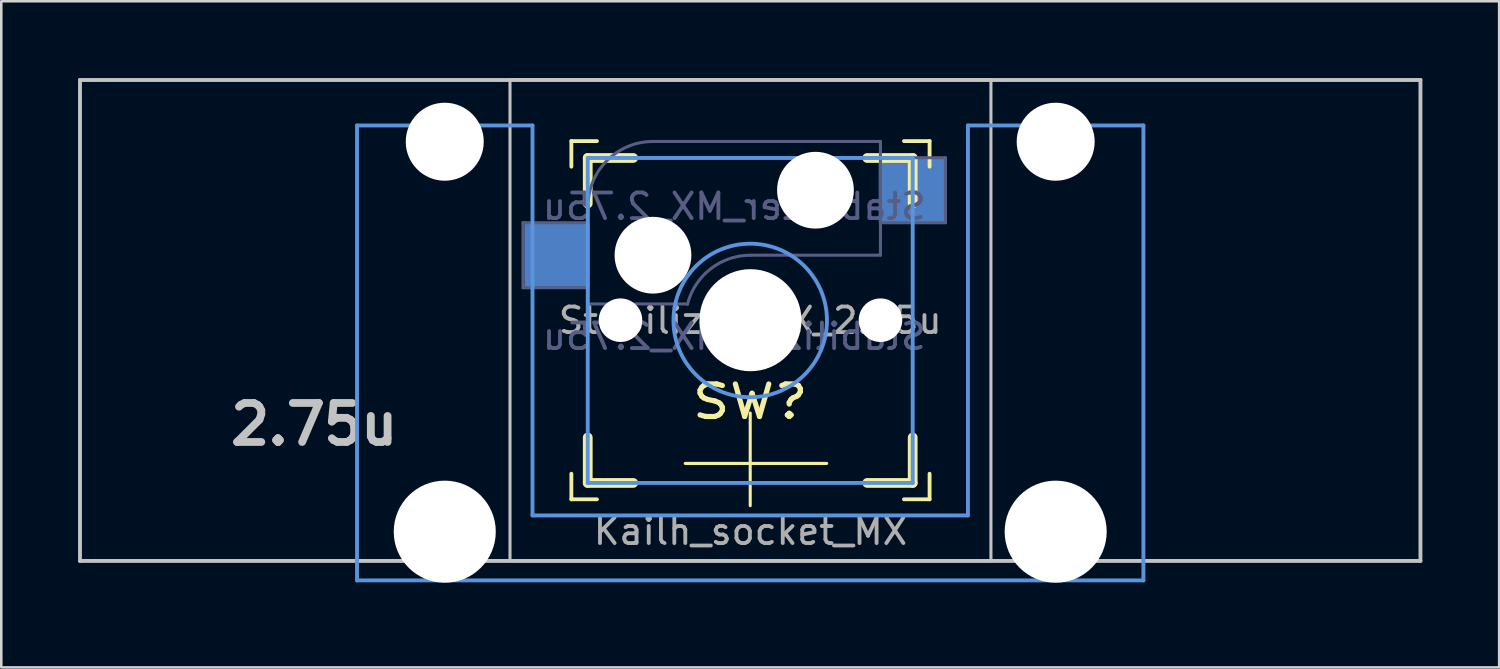
<source format=kicad_pcb>
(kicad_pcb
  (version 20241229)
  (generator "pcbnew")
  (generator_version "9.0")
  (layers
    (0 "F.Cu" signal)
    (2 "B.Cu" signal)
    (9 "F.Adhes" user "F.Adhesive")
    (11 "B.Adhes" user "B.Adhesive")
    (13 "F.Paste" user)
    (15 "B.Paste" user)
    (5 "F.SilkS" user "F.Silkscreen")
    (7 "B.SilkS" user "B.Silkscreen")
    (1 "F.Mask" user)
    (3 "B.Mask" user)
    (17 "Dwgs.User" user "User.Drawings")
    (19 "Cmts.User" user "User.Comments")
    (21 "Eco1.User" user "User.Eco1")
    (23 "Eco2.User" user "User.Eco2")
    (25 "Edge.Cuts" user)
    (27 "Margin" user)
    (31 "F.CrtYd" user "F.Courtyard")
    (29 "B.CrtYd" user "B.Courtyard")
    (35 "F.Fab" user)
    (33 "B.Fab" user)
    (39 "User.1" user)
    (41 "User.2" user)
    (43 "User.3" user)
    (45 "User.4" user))
  (footprint "Stabilizer_MX_2.75u"
    (layer "F.Cu")
    (at 26.27 9.474)
    (property "Reference" "Stabilizer_MX_2.75u" (at 0 0 0) (layer "F.Fab") (effects (font (size 1 1) (thickness 0.15))))
    (property "Value" "Stabilizer_MX_2.75u" (at 0 10.16 0) (layer "F.Fab") (hide yes) (effects (font (size 1 1) (thickness 0.15))))
    (attr through_hole)
    (fp_line (start -6.99 -6.01) (end -6.99 -7.01) (stroke (width 0.15) (type solid)) (layer "F.SilkS"))
    (fp_line (start -6.99 6.99) (end -6.99 5.99) (stroke (width 0.15) (type solid)) (layer "F.SilkS"))
    (fp_line (start -6.99 6.99) (end -5.99 6.99) (stroke (width 0.15) (type solid)) (layer "F.SilkS"))
    (fp_line (start -6.35 -6.35) (end -4.572 -6.35) (stroke (width 0.381) (type solid)) (layer "F.SilkS"))
    (fp_line (start -6.35 -4.572) (end -6.35 -6.35) (stroke (width 0.381) (type solid)) (layer "F.SilkS"))
    (fp_line (start -6.35 6.35) (end -6.35 4.572) (stroke (width 0.381) (type solid)) (layer "F.SilkS"))
    (fp_line (start -5.99 -7.01) (end -6.99 -7.01) (stroke (width 0.15) (type solid)) (layer "F.SilkS"))
    (fp_line (start -4.572 6.35) (end -6.35 6.35) (stroke (width 0.381) (type solid)) (layer "F.SilkS"))
    (fp_line (start -2.54 5.588) (end 2.99 5.588) (stroke (width 0.12) (type solid)) (layer "F.SilkS"))
    (fp_line (start 0 7.239) (end 0 3.617) (stroke (width 0.12) (type solid)) (layer "F.SilkS"))
    (fp_line (start 4.572 -6.35) (end 6.35 -6.35) (stroke (width 0.381) (type solid)) (layer "F.SilkS"))
    (fp_line (start 6.01 6.99) (end 7.01 6.99) (stroke (width 0.15) (type solid)) (layer "F.SilkS"))
    (fp_line (start 6.35 -6.35) (end 6.35 -4.572) (stroke (width 0.381) (type solid)) (layer "F.SilkS"))
    (fp_line (start 6.35 4.572) (end 6.35 6.35) (stroke (width 0.381) (type solid)) (layer "F.SilkS"))
    (fp_line (start 6.35 6.35) (end 4.572 6.35) (stroke (width 0.381) (type solid)) (layer "F.SilkS"))
    (fp_line (start 7.01 -7.01) (end 6.01 -7.01) (stroke (width 0.15) (type solid)) (layer "F.SilkS"))
    (fp_line (start 7.01 -7.01) (end 7.01 -6.01) (stroke (width 0.15) (type solid)) (layer "F.SilkS"))
    (fp_line (start 7.01 5.99) (end 7.01 6.99) (stroke (width 0.15) (type solid)) (layer "F.SilkS"))
    (fp_line (start -26.194 -9.398) (end 26.194 -9.398) (stroke (width 0.15) (type solid)) (layer "Dwgs.User"))
    (fp_line (start -26.194 9.398) (end -26.194 -9.398) (stroke (width 0.152) (type solid)) (layer "Dwgs.User"))
    (fp_line (start -9.388 -9.408) (end 9.408 -9.408) (stroke (width 0.12) (type solid)) (layer "Dwgs.User"))
    (fp_line (start -9.388 9.388) (end -9.388 -9.408) (stroke (width 0.12) (type solid)) (layer "Dwgs.User"))
    (fp_line (start 9.408 -9.408) (end 9.408 9.388) (stroke (width 0.12) (type solid)) (layer "Dwgs.User"))
    (fp_line (start 9.408 9.388) (end -9.388 9.388) (stroke (width 0.12) (type solid)) (layer "Dwgs.User"))
    (fp_line (start 26.194 -9.398) (end 26.194 9.398) (stroke (width 0.152) (type solid)) (layer "Dwgs.User"))
    (fp_line (start 26.194 9.398) (end -26.194 9.398) (stroke (width 0.15) (type solid)) (layer "Dwgs.User"))
    (fp_line (start -15.367 -7.62) (end -15.367 10.16) (stroke (width 0.152) (type solid)) (layer "Cmts.User"))
    (fp_line (start -15.367 10.16) (end 15.367 10.16) (stroke (width 0.152) (type solid)) (layer "Cmts.User"))
    (fp_line (start -8.509 -7.62) (end -15.367 -7.62) (stroke (width 0.152) (type solid)) (layer "Cmts.User"))
    (fp_line (start -8.509 7.62) (end -8.509 -7.62) (stroke (width 0.152) (type solid)) (layer "Cmts.User"))
    (fp_line (start -6.35 -6.35) (end 6.35 -6.35) (stroke (width 0.152) (type solid)) (layer "Cmts.User"))
    (fp_line (start -6.35 6.35) (end -6.35 -6.35) (stroke (width 0.152) (type solid)) (layer "Cmts.User"))
    (fp_line (start 6.35 -6.35) (end 6.35 6.35) (stroke (width 0.152) (type solid)) (layer "Cmts.User"))
    (fp_line (start 6.35 6.35) (end -6.35 6.35) (stroke (width 0.152) (type solid)) (layer "Cmts.User"))
    (fp_line (start 8.509 -7.62) (end 8.509 7.62) (stroke (width 0.152) (type solid)) (layer "Cmts.User"))
    (fp_line (start 8.509 7.62) (end -8.509 7.62) (stroke (width 0.152) (type solid)) (layer "Cmts.User"))
    (fp_line (start 15.367 -7.62) (end 8.509 -7.62) (stroke (width 0.152) (type solid)) (layer "Cmts.User"))
    (fp_line (start 15.367 10.16) (end 15.367 -7.62) (stroke (width 0.152) (type solid)) (layer "Cmts.User"))
    (fp_circle (center 0 0) (end 3 0) (stroke (width 0.15) (type solid)) (fill no) (layer "Cmts.User"))
    (fp_line (start -16.43 -8.61) (end -16.43 10.5) (stroke (width 0.12) (type solid)) (layer "Eco1.User"))
    (fp_line (start -16.43 -8.61) (end -8.17 -8.61) (stroke (width 0.12) (type solid)) (layer "Eco1.User"))
    (fp_line (start -16.43 10.5) (end -8.17 10.5) (stroke (width 0.12) (type solid)) (layer "Eco1.User"))
    (fp_line (start -8.17 -8.61) (end -8.17 10.5) (stroke (width 0.12) (type solid)) (layer "Eco1.User"))
    (fp_line (start -6.9 -6.9) (end 6.9 -6.9) (stroke (width 0.15) (type solid)) (layer "Eco1.User"))
    (fp_line (start -6.9 6.9) (end -6.9 -6.9) (stroke (width 0.15) (type solid)) (layer "Eco1.User"))
    (fp_line (start 6.9 -6.9) (end 6.9 6.9) (stroke (width 0.15) (type solid)) (layer "Eco1.User"))
    (fp_line (start 6.9 6.9) (end -6.9 6.9) (stroke (width 0.15) (type solid)) (layer "Eco1.User"))
    (fp_line (start 8.22 -8.61) (end 8.22 10.5) (stroke (width 0.12) (type solid)) (layer "Eco1.User"))
    (fp_line (start 8.22 -8.61) (end 16.48 -8.61) (stroke (width 0.12) (type solid)) (layer "Eco1.User"))
    (fp_line (start 8.22 10.5) (end 16.48 10.5) (stroke (width 0.12) (type solid)) (layer "Eco1.User"))
    (fp_line (start 16.48 -8.61) (end 16.48 10.5) (stroke (width 0.12) (type solid)) (layer "Eco1.User"))
    (fp_line (start -16.129 -2.286) (end -15.265 -2.286) (stroke (width 0.152) (type solid)) (layer "Eco2.User"))
    (fp_line (start -16.129 0.508) (end -16.129 -2.286) (stroke (width 0.152) (type solid)) (layer "Eco2.User"))
    (fp_line (start -15.265 -5.69) (end -8.611 -5.69) (stroke (width 0.152) (type solid)) (layer "Eco2.User"))
    (fp_line (start -15.265 -2.286) (end -15.265 -5.69) (stroke (width 0.152) (type solid)) (layer "Eco2.User"))
    (fp_line (start -15.265 0.508) (end -16.129 0.508) (stroke (width 0.152) (type solid)) (layer "Eco2.User"))
    (fp_line (start -15.265 6.604) (end -15.265 0.508) (stroke (width 0.152) (type solid)) (layer "Eco2.User"))
    (fp_line (start -14.224 6.604) (end -15.265 6.604) (stroke (width 0.152) (type solid)) (layer "Eco2.User"))
    (fp_line (start -14.224 7.772) (end -14.224 6.604) (stroke (width 0.152) (type solid)) (layer "Eco2.User"))
    (fp_line (start -9.652 6.604) (end -9.652 7.772) (stroke (width 0.152) (type solid)) (layer "Eco2.User"))
    (fp_line (start -9.652 7.772) (end -14.224 7.772) (stroke (width 0.152) (type solid)) (layer "Eco2.User"))
    (fp_line (start -8.611 -5.69) (end -8.611 -4.877) (stroke (width 0.152) (type solid)) (layer "Eco2.User"))
    (fp_line (start -8.611 -4.877) (end -6.985 -4.877) (stroke (width 0.152) (type solid)) (layer "Eco2.User"))
    (fp_line (start -8.611 5.817) (end -8.611 6.604) (stroke (width 0.152) (type solid)) (layer "Eco2.User"))
    (fp_line (start -8.611 6.604) (end -9.652 6.604) (stroke (width 0.152) (type solid)) (layer "Eco2.User"))
    (fp_line (start -6.985 -6.985) (end 6.985 -6.985) (stroke (width 0.152) (type solid)) (layer "Eco2.User"))
    (fp_line (start -6.985 -4.877) (end -6.985 -6.985) (stroke (width 0.152) (type solid)) (layer "Eco2.User"))
    (fp_line (start -6.985 5.817) (end -8.611 5.817) (stroke (width 0.152) (type solid)) (layer "Eco2.User"))
    (fp_line (start -6.985 6.985) (end -6.985 5.817) (stroke (width 0.152) (type solid)) (layer "Eco2.User"))
    (fp_line (start -6.89 6.89) (end -6.89 -6.91) (stroke (width 0.15) (type solid)) (layer "Eco2.User"))
    (fp_line (start -6.89 6.89) (end 6.91 6.89) (stroke (width 0.15) (type solid)) (layer "Eco2.User"))
    (fp_line (start -2.6 4.039) (end -2.6 7.239) (stroke (width 0.15) (type solid)) (layer "Eco2.User"))
    (fp_line (start -2.6 7.239) (end 2.6 7.239) (stroke (width 0.15) (type solid)) (layer "Eco2.User"))
    (fp_line (start 2.6 4) (end -2.6 4) (stroke (width 0.15) (type solid)) (layer "Eco2.User"))
    (fp_line (start 2.6 4) (end 2.6 7.2) (stroke (width 0.15) (type solid)) (layer "Eco2.User"))
    (fp_line (start 6.91 -6.91) (end -6.89 -6.91) (stroke (width 0.15) (type solid)) (layer "Eco2.User"))
    (fp_line (start 6.91 -6.91) (end 6.91 6.89) (stroke (width 0.15) (type solid)) (layer "Eco2.User"))
    (fp_line (start 6.985 -6.985) (end 6.985 -4.877) (stroke (width 0.152) (type solid)) (layer "Eco2.User"))
    (fp_line (start 6.985 -4.877) (end 8.611 -4.877) (stroke (width 0.152) (type solid)) (layer "Eco2.User"))
    (fp_line (start 6.985 5.817) (end 6.985 6.985) (stroke (width 0.152) (type solid)) (layer "Eco2.User"))
    (fp_line (start 6.985 6.985) (end -6.985 6.985) (stroke (width 0.152) (type solid)) (layer "Eco2.User"))
    (fp_line (start 8.611 -5.69) (end 15.265 -5.69) (stroke (width 0.152) (type solid)) (layer "Eco2.User"))
    (fp_line (start 8.611 -4.877) (end 8.611 -5.69) (stroke (width 0.152) (type solid)) (layer "Eco2.User"))
    (fp_line (start 8.611 5.817) (end 6.985 5.817) (stroke (width 0.152) (type solid)) (layer "Eco2.User"))
    (fp_line (start 8.611 6.604) (end 8.611 5.817) (stroke (width 0.152) (type solid)) (layer "Eco2.User"))
    (fp_line (start 9.652 6.604) (end 8.611 6.604) (stroke (width 0.152) (type solid)) (layer "Eco2.User"))
    (fp_line (start 9.652 7.772) (end 9.652 6.604) (stroke (width 0.152) (type solid)) (layer "Eco2.User"))
    (fp_line (start 14.224 6.604) (end 14.224 7.772) (stroke (width 0.152) (type solid)) (layer "Eco2.User"))
    (fp_line (start 14.224 7.772) (end 9.652 7.772) (stroke (width 0.152) (type solid)) (layer "Eco2.User"))
    (fp_line (start 15.265 -5.69) (end 15.265 -2.286) (stroke (width 0.152) (type solid)) (layer "Eco2.User"))
    (fp_line (start 15.265 -2.286) (end 16.129 -2.286) (stroke (width 0.152) (type solid)) (layer "Eco2.User"))
    (fp_line (start 15.265 0.508) (end 15.265 6.604) (stroke (width 0.152) (type solid)) (layer "Eco2.User"))
    (fp_line (start 15.265 6.604) (end 14.224 6.604) (stroke (width 0.152) (type solid)) (layer "Eco2.User"))
    (fp_line (start 16.129 -2.286) (end 16.129 0.508) (stroke (width 0.152) (type solid)) (layer "Eco2.User"))
    (fp_line (start 16.129 0.508) (end 15.265 0.508) (stroke (width 0.152) (type solid)) (layer "Eco2.User"))
    (fp_line (start -8.88 -3.82) (end -6.34 -3.82) (stroke (width 0.12) (type solid)) (layer "B.Fab"))
    (fp_line (start -8.88 -1.28) (end -8.88 -3.82) (stroke (width 0.12) (type solid)) (layer "B.Fab"))
    (fp_line (start -6.34 -1.28) (end -8.88 -1.28) (stroke (width 0.12) (type solid)) (layer "B.Fab"))
    (fp_line (start -6.34 -0.645) (end -6.34 -4.455) (stroke (width 0.12) (type solid)) (layer "B.Fab"))
    (fp_line (start -6.34 -0.645) (end -2.53 -0.645) (stroke (width 0.12) (type solid)) (layer "B.Fab"))
    (fp_line (start -3.8 -6.995) (end 5.09 -6.995) (stroke (width 0.12) (type solid)) (layer "B.Fab"))
    (fp_line (start 5.09 -6.995) (end 5.09 -2.55) (stroke (width 0.12) (type solid)) (layer "B.Fab"))
    (fp_line (start 5.09 -6.36) (end 7.63 -6.36) (stroke (width 0.12) (type solid)) (layer "B.Fab"))
    (fp_line (start 5.09 -2.55) (end 0.01 -2.55) (stroke (width 0.12) (type solid)) (layer "B.Fab"))
    (fp_line (start 7.63 -6.36) (end 7.63 -3.82) (stroke (width 0.12) (type solid)) (layer "B.Fab"))
    (fp_line (start 7.63 -3.82) (end 5.09 -3.82) (stroke (width 0.12) (type solid)) (layer "B.Fab"))
    (fp_arc (start -6.34 -4.455) (mid -5.596051 -6.251051) (end -3.8 -6.995) (stroke (width 0.12) (type solid)) (layer "B.Fab"))
    (fp_arc (start -2.454162 -0.62604) (mid -1.553147 -2.012042) (end 0.01 -2.55) (stroke (width 0.12) (type solid)) (layer "B.Fab"))
    (fp_text user "SW?" (at 0 3.175 0) (layer "F.SilkS") (effects (font (size 1.27 1.524) (thickness 0.203))))
    (fp_text user "2.75u" (at -17.04 4.06 0) (layer "Dwgs.User") (effects (font (size 1.524 1.524) (thickness 0.305))))
    (fp_text user "${REFERENCE}" (at -0.625 -4.455 0) (layer "B.Fab") (effects (font (size 1 1) (thickness 0.15)) (justify mirror)))
    (fp_text user "${VALUE}" (at -0.625 0.625 0) (layer "B.Fab") (effects (font (size 1 1) (thickness 0.15)) (justify mirror)))
    (fp_text user "Kailh_socket_MX" (at 0.01 8.245 0) (layer "F.Fab") (effects (font (size 1 1) (thickness 0.15))))
    (pad "" np_thru_hole circle (at -11.938 -6.985) (size 3.048 3.048) (drill 3.048) (layers "*.Cu"))
    (pad "" np_thru_hole circle (at -11.938 8.255) (size 3.988 3.988) (drill 3.988) (layers "*.Cu"))
    (pad "" np_thru_hole circle (at -5.07 -0.01) (size 1.702 1.702) (drill 1.702) (layers "*.Cu" "*.Mask"))
    (pad "" np_thru_hole circle (at -3.8 -2.55) (size 3 3) (drill 3) (layers "*.Cu" "*.Mask"))
    (pad "" np_thru_hole circle (at 0.01 -0.01) (size 3.988 3.988) (drill 3.988) (layers "*.Cu" "*.Mask"))
    (pad "" np_thru_hole circle (at 2.55 -5.09) (size 3 3) (drill 3) (layers "*.Cu" "*.Mask"))
    (pad "" np_thru_hole circle (at 5.09 -0.01) (size 1.702 1.702) (drill 1.702) (layers "*.Cu" "*.Mask"))
    (pad "" np_thru_hole circle (at 11.938 -6.985) (size 3.048 3.048) (drill 3.048) (layers "*.Cu"))
    (pad "" np_thru_hole circle (at 11.938 8.255) (size 3.988 3.988) (drill 3.988) (layers "*.Cu"))
    (pad "1" smd rect (at 6.3 -5.09) (size 2.55 2.5) (layers "B.Cu" "B.Mask" "B.Paste"))
    (pad "2" smd rect (at -7.55 -2.55) (size 2.55 2.5) (layers "B.Cu" "B.Mask" "B.Paste")))
  (gr_rect
    (start -3 -3)
    (end 55.54 23.034)
    (stroke (width 0.1) (type default))
    (fill no)
    (layer "Edge.Cuts")))
</source>
